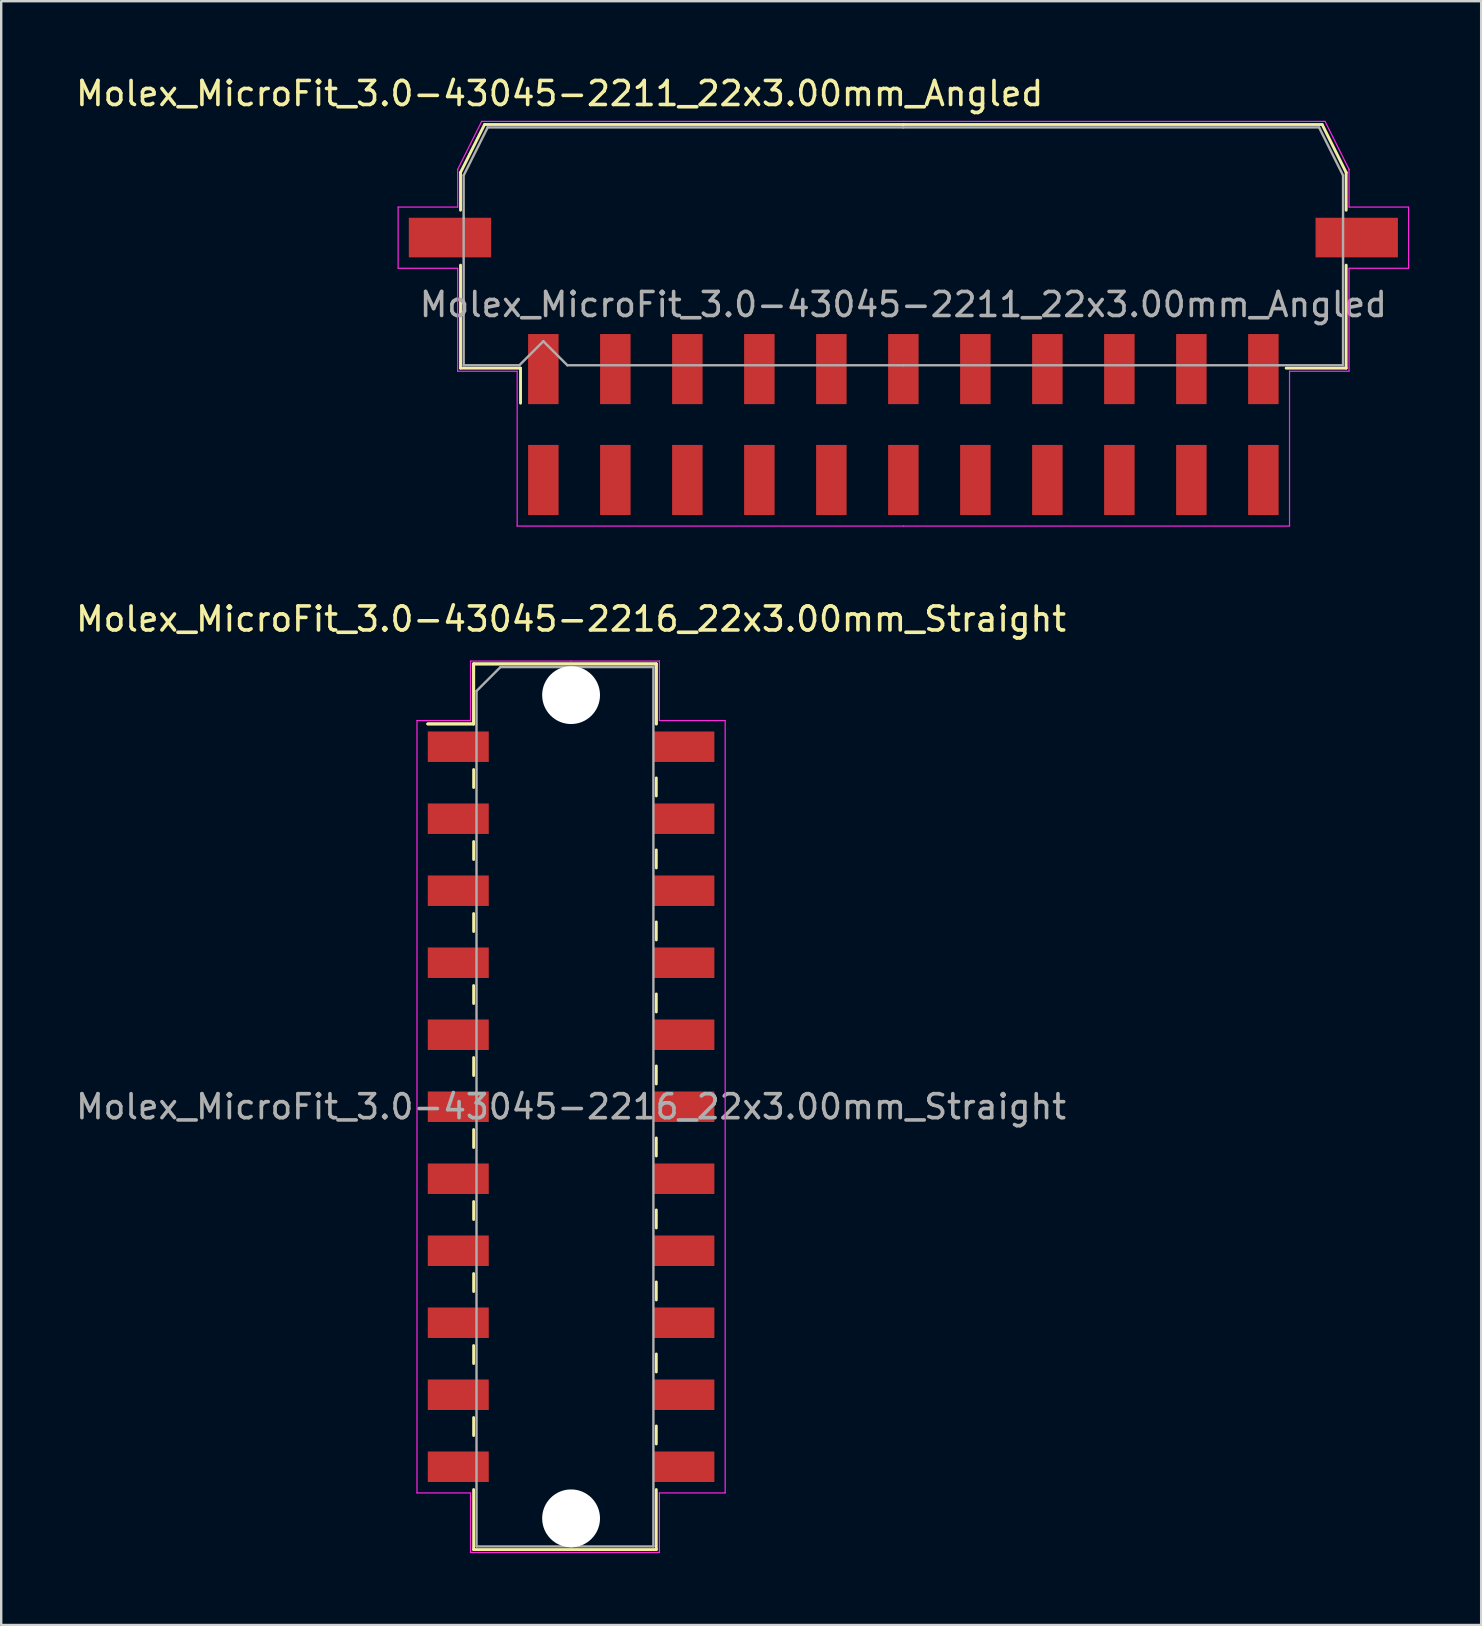
<source format=kicad_pcb>
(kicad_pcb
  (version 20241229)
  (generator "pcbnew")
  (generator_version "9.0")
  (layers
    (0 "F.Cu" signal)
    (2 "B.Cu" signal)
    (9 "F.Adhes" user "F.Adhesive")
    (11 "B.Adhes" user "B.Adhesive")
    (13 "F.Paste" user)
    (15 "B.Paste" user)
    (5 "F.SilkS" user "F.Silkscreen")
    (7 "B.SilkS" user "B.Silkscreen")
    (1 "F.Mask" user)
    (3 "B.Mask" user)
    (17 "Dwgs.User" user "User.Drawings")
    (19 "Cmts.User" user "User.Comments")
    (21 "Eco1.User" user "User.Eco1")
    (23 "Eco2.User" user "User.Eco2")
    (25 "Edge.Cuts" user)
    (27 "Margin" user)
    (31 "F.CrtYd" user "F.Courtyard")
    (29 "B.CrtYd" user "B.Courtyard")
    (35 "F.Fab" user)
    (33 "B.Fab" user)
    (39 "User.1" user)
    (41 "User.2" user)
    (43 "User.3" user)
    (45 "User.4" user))
  (footprint "Molex_MicroFit_3.0-43045-2216_22x3.00mm_Straight"
    (layer "F.Cu")
    (at 20.744 43.062)
    (property "Reference" "Molex_MicroFit_3.0-43045-2216_22x3.00mm_Straight" (at 0 -20.32 0) (layer "F.SilkS") (effects (font (size 1 1) (thickness 0.15))))
    (attr smd)
    (fp_line (start -5.97 -15.95) (end -4.06 -15.95) (stroke (width 0.12) (type solid)) (layer "F.SilkS"))
    (fp_line (start -5.97 -15.95) (end -4.06 -15.95) (stroke (width 0.12) (type solid)) (layer "F.SilkS"))
    (fp_line (start -4.06 -18.45) (end 3.55 -18.45) (stroke (width 0.12) (type solid)) (layer "F.SilkS"))
    (fp_line (start -4.06 -18.45) (end 3.55 -18.45) (stroke (width 0.12) (type solid)) (layer "F.SilkS"))
    (fp_line (start -4.06 -15.95) (end -4.06 -18.45) (stroke (width 0.12) (type solid)) (layer "F.SilkS"))
    (fp_line (start -4.06 -15.95) (end -4.06 -18.45) (stroke (width 0.12) (type solid)) (layer "F.SilkS"))
    (fp_line (start -4.06 -14.05) (end -4.06 -13.3) (stroke (width 0.12) (type solid)) (layer "F.SilkS"))
    (fp_line (start -4.06 -11.05) (end -4.06 -10.3) (stroke (width 0.12) (type solid)) (layer "F.SilkS"))
    (fp_line (start -4.06 -8.05) (end -4.06 -7.3) (stroke (width 0.12) (type solid)) (layer "F.SilkS"))
    (fp_line (start -4.06 -5.05) (end -4.06 -4.3) (stroke (width 0.12) (type solid)) (layer "F.SilkS"))
    (fp_line (start -4.06 -2.05) (end -4.06 -1.3) (stroke (width 0.12) (type solid)) (layer "F.SilkS"))
    (fp_line (start -4.06 0.95) (end -4.06 1.7) (stroke (width 0.12) (type solid)) (layer "F.SilkS"))
    (fp_line (start -4.06 3.95) (end -4.06 4.7) (stroke (width 0.12) (type solid)) (layer "F.SilkS"))
    (fp_line (start -4.06 6.95) (end -4.06 7.7) (stroke (width 0.12) (type solid)) (layer "F.SilkS"))
    (fp_line (start -4.06 9.95) (end -4.06 10.7) (stroke (width 0.12) (type solid)) (layer "F.SilkS"))
    (fp_line (start -4.06 12.95) (end -4.06 13.7) (stroke (width 0.12) (type solid)) (layer "F.SilkS"))
    (fp_line (start -4.06 18.45) (end -4.06 15.95) (stroke (width 0.12) (type solid)) (layer "F.SilkS"))
    (fp_line (start 3.55 -18.45) (end 3.55 -15.95) (stroke (width 0.12) (type solid)) (layer "F.SilkS"))
    (fp_line (start 3.55 -18.45) (end 3.55 -15.95) (stroke (width 0.12) (type solid)) (layer "F.SilkS"))
    (fp_line (start 3.55 -12.95) (end 3.55 -13.7) (stroke (width 0.12) (type solid)) (layer "F.SilkS"))
    (fp_line (start 3.55 -9.95) (end 3.55 -10.7) (stroke (width 0.12) (type solid)) (layer "F.SilkS"))
    (fp_line (start 3.55 -6.95) (end 3.55 -7.7) (stroke (width 0.12) (type solid)) (layer "F.SilkS"))
    (fp_line (start 3.55 -3.95) (end 3.55 -4.7) (stroke (width 0.12) (type solid)) (layer "F.SilkS"))
    (fp_line (start 3.55 -0.95) (end 3.55 -1.7) (stroke (width 0.12) (type solid)) (layer "F.SilkS"))
    (fp_line (start 3.55 2.05) (end 3.55 1.3) (stroke (width 0.12) (type solid)) (layer "F.SilkS"))
    (fp_line (start 3.55 5.05) (end 3.55 4.3) (stroke (width 0.12) (type solid)) (layer "F.SilkS"))
    (fp_line (start 3.55 8.05) (end 3.55 7.3) (stroke (width 0.12) (type solid)) (layer "F.SilkS"))
    (fp_line (start 3.55 11.05) (end 3.55 10.3) (stroke (width 0.12) (type solid)) (layer "F.SilkS"))
    (fp_line (start 3.55 14.05) (end 3.55 13.3) (stroke (width 0.12) (type solid)) (layer "F.SilkS"))
    (fp_line (start 3.55 15.95) (end 3.55 18.45) (stroke (width 0.12) (type solid)) (layer "F.SilkS"))
    (fp_line (start 3.55 18.45) (end -4.06 18.45) (stroke (width 0.12) (type solid)) (layer "F.SilkS"))
    (fp_line (start -6.42 -16.09) (end -4.19 -16.09) (stroke (width 0.05) (type solid)) (layer "F.CrtYd"))
    (fp_line (start -6.42 16.09) (end -6.42 -16.09) (stroke (width 0.05) (type solid)) (layer "F.CrtYd"))
    (fp_line (start -4.19 -18.57) (end 0 -18.57) (stroke (width 0.05) (type solid)) (layer "F.CrtYd"))
    (fp_line (start -4.19 -16.09) (end -4.19 -18.57) (stroke (width 0.05) (type solid)) (layer "F.CrtYd"))
    (fp_line (start -4.19 16.09) (end -6.42 16.09) (stroke (width 0.05) (type solid)) (layer "F.CrtYd"))
    (fp_line (start -4.19 18.57) (end -4.19 16.09) (stroke (width 0.05) (type solid)) (layer "F.CrtYd"))
    (fp_line (start 0 -18.57) (end 3.68 -18.57) (stroke (width 0.05) (type solid)) (layer "F.CrtYd"))
    (fp_line (start 0 18.57) (end -4.19 18.57) (stroke (width 0.05) (type solid)) (layer "F.CrtYd"))
    (fp_line (start 3.68 -18.57) (end 3.68 -16.09) (stroke (width 0.05) (type solid)) (layer "F.CrtYd"))
    (fp_line (start 3.68 -16.09) (end 6.42 -16.09) (stroke (width 0.05) (type solid)) (layer "F.CrtYd"))
    (fp_line (start 3.68 16.09) (end 3.68 18.57) (stroke (width 0.05) (type solid)) (layer "F.CrtYd"))
    (fp_line (start 3.68 18.57) (end 0 18.57) (stroke (width 0.05) (type solid)) (layer "F.CrtYd"))
    (fp_line (start 6.42 -16.09) (end 6.42 16.09) (stroke (width 0.05) (type solid)) (layer "F.CrtYd"))
    (fp_line (start 6.42 16.09) (end 3.68 16.09) (stroke (width 0.05) (type solid)) (layer "F.CrtYd"))
    (fp_line (start -3.94 -17.32) (end -2.94 -18.32) (stroke (width 0.1) (type solid)) (layer "F.Fab"))
    (fp_line (start -3.94 18.32) (end -3.94 -17.32) (stroke (width 0.1) (type solid)) (layer "F.Fab"))
    (fp_line (start -2.94 -18.32) (end 0 -18.32) (stroke (width 0.1) (type solid)) (layer "F.Fab"))
    (fp_line (start 0 -18.32) (end 3.43 -18.32) (stroke (width 0.1) (type solid)) (layer "F.Fab"))
    (fp_line (start 0 18.32) (end -3.94 18.32) (stroke (width 0.1) (type solid)) (layer "F.Fab"))
    (fp_line (start 3.43 -18.32) (end 3.43 18.32) (stroke (width 0.1) (type solid)) (layer "F.Fab"))
    (fp_line (start 3.43 18.32) (end 0 18.32) (stroke (width 0.1) (type solid)) (layer "F.Fab"))
    (fp_text user "${REFERENCE}" (at 0 0 0) (layer "F.Fab") (effects (font (size 1 1) (thickness 0.15))))
    (pad "" np_thru_hole circle (at 0 -17.15) (size 2.41 2.41) (drill 2.41) (layers "*.Cu"))
    (pad "" np_thru_hole circle (at 0 17.15) (size 2.41 2.41) (drill 2.41) (layers "*.Cu"))
    (pad "1" smd rect (at -4.7 -15) (size 2.54 1.27) (layers "F.Cu" "F.Mask" "F.Paste"))
    (pad "2" smd rect (at -4.7 -12) (size 2.54 1.27) (layers "F.Cu" "F.Mask" "F.Paste"))
    (pad "3" smd rect (at -4.7 -9) (size 2.54 1.27) (layers "F.Cu" "F.Mask" "F.Paste"))
    (pad "4" smd rect (at -4.7 -6) (size 2.54 1.27) (layers "F.Cu" "F.Mask" "F.Paste"))
    (pad "5" smd rect (at -4.7 -3) (size 2.54 1.27) (layers "F.Cu" "F.Mask" "F.Paste"))
    (pad "6" smd rect (at -4.7 0) (size 2.54 1.27) (layers "F.Cu" "F.Mask" "F.Paste"))
    (pad "7" smd rect (at -4.7 3) (size 2.54 1.27) (layers "F.Cu" "F.Mask" "F.Paste"))
    (pad "8" smd rect (at -4.7 6) (size 2.54 1.27) (layers "F.Cu" "F.Mask" "F.Paste"))
    (pad "9" smd rect (at -4.7 9) (size 2.54 1.27) (layers "F.Cu" "F.Mask" "F.Paste"))
    (pad "10" smd rect (at -4.7 12) (size 2.54 1.27) (layers "F.Cu" "F.Mask" "F.Paste"))
    (pad "11" smd rect (at -4.7 15) (size 2.54 1.27) (layers "F.Cu" "F.Mask" "F.Paste"))
    (pad "12" smd rect (at 4.7 15) (size 2.54 1.27) (layers "F.Cu" "F.Mask" "F.Paste"))
    (pad "13" smd rect (at 4.7 12) (size 2.54 1.27) (layers "F.Cu" "F.Mask" "F.Paste"))
    (pad "14" smd rect (at 4.7 9) (size 2.54 1.27) (layers "F.Cu" "F.Mask" "F.Paste"))
    (pad "15" smd rect (at 4.7 6) (size 2.54 1.27) (layers "F.Cu" "F.Mask" "F.Paste"))
    (pad "16" smd rect (at 4.7 3) (size 2.54 1.27) (layers "F.Cu" "F.Mask" "F.Paste"))
    (pad "17" smd rect (at 4.7 0) (size 2.54 1.27) (layers "F.Cu" "F.Mask" "F.Paste"))
    (pad "18" smd rect (at 4.7 -3) (size 2.54 1.27) (layers "F.Cu" "F.Mask" "F.Paste"))
    (pad "19" smd rect (at 4.7 -6) (size 2.54 1.27) (layers "F.Cu" "F.Mask" "F.Paste"))
    (pad "20" smd rect (at 4.7 -9) (size 2.54 1.27) (layers "F.Cu" "F.Mask" "F.Paste"))
    (pad "21" smd rect (at 4.7 -12) (size 2.54 1.27) (layers "F.Cu" "F.Mask" "F.Paste"))
    (pad "22" smd rect (at 4.7 -15) (size 2.54 1.27) (layers "F.Cu" "F.Mask" "F.Paste")))
  (footprint "Molex_MicroFit_3.0-43045-2211_22x3.00mm_Angled"
    (layer "F.Cu")
    (at 34.588 14.638)
    (property "Reference" "Molex_MicroFit_3.0-43045-2211_22x3.00mm_Angled" (at -14.32 -13.79 0) (layer "F.SilkS") (effects (font (size 1 1) (thickness 0.15))))
    (attr smd)
    (fp_line (start -18.45 -10.5) (end -18.45 -8.93) (stroke (width 0.12) (type solid)) (layer "F.SilkS"))
    (fp_line (start -18.45 -6.64) (end -18.45 -2.35) (stroke (width 0.12) (type solid)) (layer "F.SilkS"))
    (fp_line (start -18.45 -2.35) (end -15.95 -2.35) (stroke (width 0.12) (type solid)) (layer "F.SilkS"))
    (fp_line (start -17.45 -12.5) (end -18.45 -10.5) (stroke (width 0.12) (type solid)) (layer "F.SilkS"))
    (fp_line (start -15.95 -2.35) (end -15.95 -0.89) (stroke (width 0.12) (type solid)) (layer "F.SilkS"))
    (fp_line (start 0 -12.5) (end -17.45 -12.5) (stroke (width 0.12) (type solid)) (layer "F.SilkS"))
    (fp_line (start 0 -12.5) (end 17.45 -12.5) (stroke (width 0.12) (type solid)) (layer "F.SilkS"))
    (fp_line (start 17.45 -12.5) (end 18.45 -10.5) (stroke (width 0.12) (type solid)) (layer "F.SilkS"))
    (fp_line (start 18.45 -10.5) (end 18.45 -8.93) (stroke (width 0.12) (type solid)) (layer "F.SilkS"))
    (fp_line (start 18.45 -6.64) (end 18.45 -2.35) (stroke (width 0.12) (type solid)) (layer "F.SilkS"))
    (fp_line (start 18.45 -2.35) (end 15.95 -2.35) (stroke (width 0.12) (type solid)) (layer "F.SilkS"))
    (fp_line (start -21.05 -9.06) (end -21.05 -6.51) (stroke (width 0.05) (type solid)) (layer "F.CrtYd"))
    (fp_line (start -21.05 -6.51) (end -18.57 -6.51) (stroke (width 0.05) (type solid)) (layer "F.CrtYd"))
    (fp_line (start -18.57 -10.63) (end -18.57 -9.06) (stroke (width 0.05) (type solid)) (layer "F.CrtYd"))
    (fp_line (start -18.57 -9.06) (end -21.05 -9.06) (stroke (width 0.05) (type solid)) (layer "F.CrtYd"))
    (fp_line (start -18.57 -6.51) (end -18.57 -2.22) (stroke (width 0.05) (type solid)) (layer "F.CrtYd"))
    (fp_line (start -18.57 -2.22) (end -16.09 -2.22) (stroke (width 0.05) (type solid)) (layer "F.CrtYd"))
    (fp_line (start -17.57 -12.63) (end -18.57 -10.63) (stroke (width 0.05) (type solid)) (layer "F.CrtYd"))
    (fp_line (start -16.09 -2.22) (end -16.09 4.23) (stroke (width 0.05) (type solid)) (layer "F.CrtYd"))
    (fp_line (start -16.09 4.23) (end 0 4.23) (stroke (width 0.05) (type solid)) (layer "F.CrtYd"))
    (fp_line (start 0 -12.63) (end -17.57 -12.63) (stroke (width 0.05) (type solid)) (layer "F.CrtYd"))
    (fp_line (start 0 -12.63) (end 17.57 -12.63) (stroke (width 0.05) (type solid)) (layer "F.CrtYd"))
    (fp_line (start 16.09 -2.22) (end 16.09 4.23) (stroke (width 0.05) (type solid)) (layer "F.CrtYd"))
    (fp_line (start 16.09 4.23) (end 0 4.23) (stroke (width 0.05) (type solid)) (layer "F.CrtYd"))
    (fp_line (start 17.57 -12.63) (end 18.57 -10.63) (stroke (width 0.05) (type solid)) (layer "F.CrtYd"))
    (fp_line (start 18.57 -10.63) (end 18.57 -9.06) (stroke (width 0.05) (type solid)) (layer "F.CrtYd"))
    (fp_line (start 18.57 -9.06) (end 21.05 -9.06) (stroke (width 0.05) (type solid)) (layer "F.CrtYd"))
    (fp_line (start 18.57 -6.51) (end 18.57 -2.22) (stroke (width 0.05) (type solid)) (layer "F.CrtYd"))
    (fp_line (start 18.57 -2.22) (end 16.09 -2.22) (stroke (width 0.05) (type solid)) (layer "F.CrtYd"))
    (fp_line (start 21.05 -9.06) (end 21.05 -6.51) (stroke (width 0.05) (type solid)) (layer "F.CrtYd"))
    (fp_line (start 21.05 -6.51) (end 18.57 -6.51) (stroke (width 0.05) (type solid)) (layer "F.CrtYd"))
    (fp_line (start -18.32 -10.38) (end -18.32 -8.61) (stroke (width 0.1) (type solid)) (layer "F.Fab"))
    (fp_line (start -18.32 -8.61) (end -18.32 -2.47) (stroke (width 0.1) (type solid)) (layer "F.Fab"))
    (fp_line (start -18.32 -2.47) (end -16 -2.47) (stroke (width 0.1) (type solid)) (layer "F.Fab"))
    (fp_line (start -17.32 -12.38) (end -18.32 -10.38) (stroke (width 0.1) (type solid)) (layer "F.Fab"))
    (fp_line (start -16 -2.47) (end -15 -3.47) (stroke (width 0.1) (type solid)) (layer "F.Fab"))
    (fp_line (start -15 -3.47) (end -14 -2.47) (stroke (width 0.1) (type solid)) (layer "F.Fab"))
    (fp_line (start -14 -2.47) (end 0 -2.47) (stroke (width 0.1) (type solid)) (layer "F.Fab"))
    (fp_line (start 0 -12.38) (end -17.32 -12.38) (stroke (width 0.1) (type solid)) (layer "F.Fab"))
    (fp_line (start 0 -12.38) (end 17.32 -12.38) (stroke (width 0.1) (type solid)) (layer "F.Fab"))
    (fp_line (start 15.63 -2.47) (end 0 -2.47) (stroke (width 0.1) (type solid)) (layer "F.Fab"))
    (fp_line (start 17.32 -12.38) (end 18.32 -10.38) (stroke (width 0.1) (type solid)) (layer "F.Fab"))
    (fp_line (start 18.32 -10.38) (end 18.32 -8.61) (stroke (width 0.1) (type solid)) (layer "F.Fab"))
    (fp_line (start 18.32 -8.61) (end 18.32 -2.47) (stroke (width 0.1) (type solid)) (layer "F.Fab"))
    (fp_line (start 18.32 -2.47) (end 15.63 -2.47) (stroke (width 0.1) (type solid)) (layer "F.Fab"))
    (fp_text user "${REFERENCE}" (at 0 -5 0) (layer "F.Fab") (effects (font (size 1 1) (thickness 0.15))))
    (pad "" smd rect (at -18.89 -7.79) (size 3.43 1.65) (layers "F.Cu" "F.Mask" "F.Paste"))
    (pad "" smd rect (at 18.89 -7.79) (size 3.43 1.65) (layers "F.Cu" "F.Mask" "F.Paste"))
    (pad "1" smd rect (at -15 -2.31) (size 1.27 2.92) (layers "F.Cu" "F.Mask" "F.Paste"))
    (pad "2" smd rect (at -12 -2.31) (size 1.27 2.92) (layers "F.Cu" "F.Mask" "F.Paste"))
    (pad "3" smd rect (at -9 -2.31) (size 1.27 2.92) (layers "F.Cu" "F.Mask" "F.Paste"))
    (pad "4" smd rect (at -6 -2.31) (size 1.27 2.92) (layers "F.Cu" "F.Mask" "F.Paste"))
    (pad "5" smd rect (at -3 -2.31) (size 1.27 2.92) (layers "F.Cu" "F.Mask" "F.Paste"))
    (pad "6" smd rect (at 0 -2.31) (size 1.27 2.92) (layers "F.Cu" "F.Mask" "F.Paste"))
    (pad "7" smd rect (at 3 -2.31) (size 1.27 2.92) (layers "F.Cu" "F.Mask" "F.Paste"))
    (pad "8" smd rect (at 6 -2.31) (size 1.27 2.92) (layers "F.Cu" "F.Mask" "F.Paste"))
    (pad "9" smd rect (at 9 -2.31) (size 1.27 2.92) (layers "F.Cu" "F.Mask" "F.Paste"))
    (pad "10" smd rect (at 12 -2.31) (size 1.27 2.92) (layers "F.Cu" "F.Mask" "F.Paste"))
    (pad "11" smd rect (at 15 -2.31) (size 1.27 2.92) (layers "F.Cu" "F.Mask" "F.Paste"))
    (pad "12" smd rect (at 15 2.31) (size 1.27 2.92) (layers "F.Cu" "F.Mask" "F.Paste"))
    (pad "13" smd rect (at 12 2.31) (size 1.27 2.92) (layers "F.Cu" "F.Mask" "F.Paste"))
    (pad "14" smd rect (at 9 2.31) (size 1.27 2.92) (layers "F.Cu" "F.Mask" "F.Paste"))
    (pad "15" smd rect (at 6 2.31) (size 1.27 2.92) (layers "F.Cu" "F.Mask" "F.Paste"))
    (pad "16" smd rect (at 3 2.31) (size 1.27 2.92) (layers "F.Cu" "F.Mask" "F.Paste"))
    (pad "17" smd rect (at 0 2.31) (size 1.27 2.92) (layers "F.Cu" "F.Mask" "F.Paste"))
    (pad "18" smd rect (at -3 2.31) (size 1.27 2.92) (layers "F.Cu" "F.Mask" "F.Paste"))
    (pad "19" smd rect (at -6 2.31) (size 1.27 2.92) (layers "F.Cu" "F.Mask" "F.Paste"))
    (pad "20" smd rect (at -9 2.31) (size 1.27 2.92) (layers "F.Cu" "F.Mask" "F.Paste"))
    (pad "21" smd rect (at -12 2.31) (size 1.27 2.92) (layers "F.Cu" "F.Mask" "F.Paste"))
    (pad "22" smd rect (at -15 2.31) (size 1.27 2.92) (layers "F.Cu" "F.Mask" "F.Paste")))
  (gr_rect
    (start -3 -3)
    (end 58.663 64.656)
    (stroke (width 0.1) (type default))
    (fill no)
    (layer "Edge.Cuts")))
</source>
